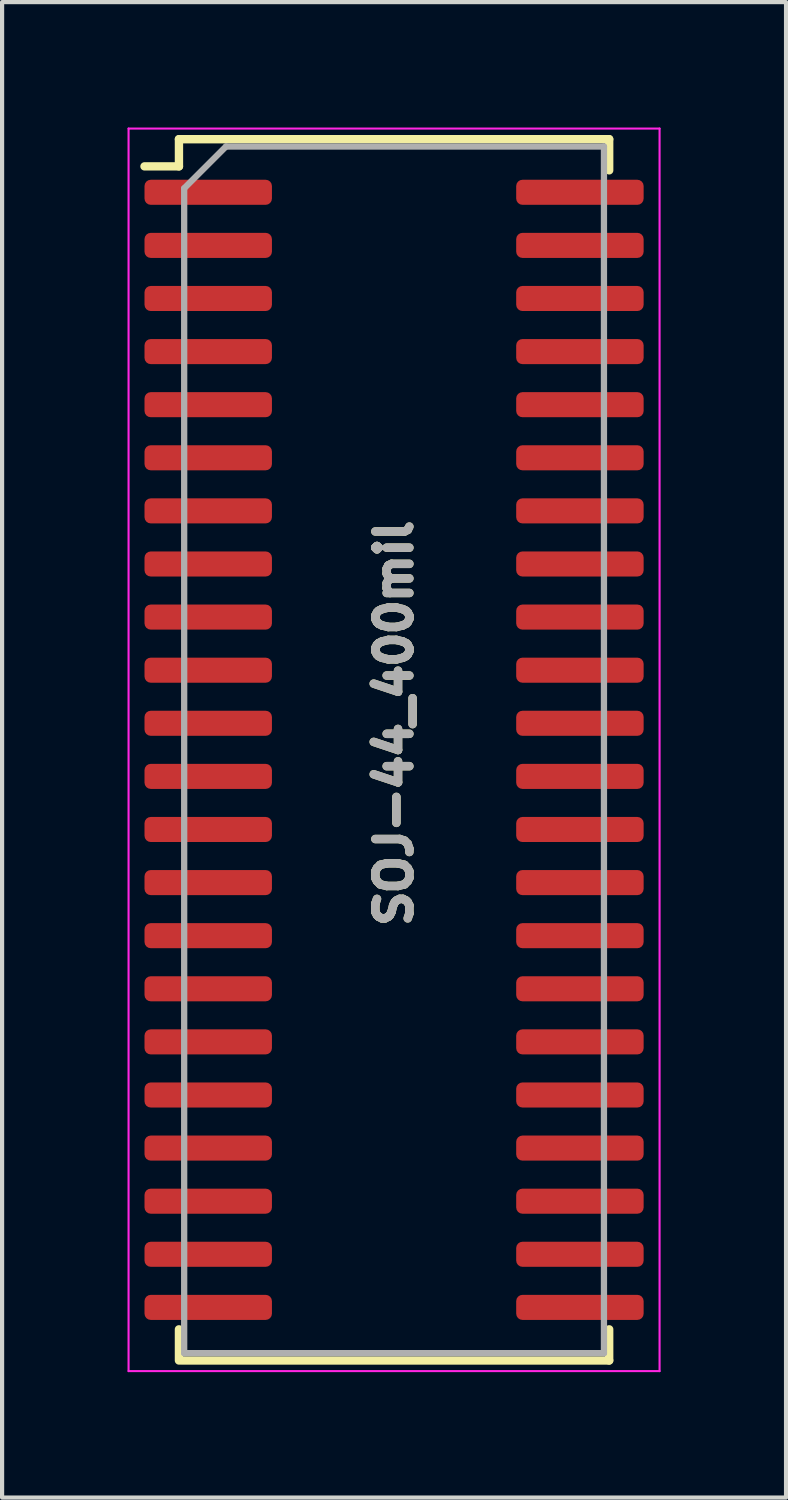
<source format=kicad_pcb>
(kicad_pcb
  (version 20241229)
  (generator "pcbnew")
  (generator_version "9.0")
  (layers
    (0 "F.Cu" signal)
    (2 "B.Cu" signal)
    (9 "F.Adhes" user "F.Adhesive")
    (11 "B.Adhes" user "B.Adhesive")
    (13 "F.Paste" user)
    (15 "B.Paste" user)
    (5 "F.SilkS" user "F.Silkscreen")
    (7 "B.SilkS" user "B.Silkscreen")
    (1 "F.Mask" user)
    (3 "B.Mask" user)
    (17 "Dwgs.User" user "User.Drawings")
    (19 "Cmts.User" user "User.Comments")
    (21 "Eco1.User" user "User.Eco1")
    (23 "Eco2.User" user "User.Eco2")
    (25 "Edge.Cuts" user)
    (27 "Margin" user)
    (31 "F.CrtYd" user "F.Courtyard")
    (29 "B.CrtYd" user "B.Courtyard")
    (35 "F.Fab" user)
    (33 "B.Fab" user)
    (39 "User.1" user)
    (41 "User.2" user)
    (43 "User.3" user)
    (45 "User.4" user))
  (footprint "SOJ-44_400mil"
    (layer "F.Cu")
    (at 6.375 14.884)
    (property "Reference" "SOJ-44_400mil" (at 0 -0.635 90) (layer "F.Fab") (effects (font (size 0.813 0.813) (thickness 0.203))))
    (attr smd)
    (fp_line (start -5.145 -14.605) (end -5.145 -13.955) (stroke (width 0.2) (type solid)) (layer "F.SilkS"))
    (fp_line (start -5.145 -14.605) (end 5.145 -14.605) (stroke (width 0.2) (type solid)) (layer "F.SilkS"))
    (fp_line (start -5.145 -13.955) (end -5.969 -13.955) (stroke (width 0.2) (type solid)) (layer "F.SilkS"))
    (fp_line (start -5.145 14.605) (end -5.145 13.86) (stroke (width 0.2) (type solid)) (layer "F.SilkS"))
    (fp_line (start -5.08 14.605) (end 5.145 14.605) (stroke (width 0.2) (type solid)) (layer "F.SilkS"))
    (fp_line (start 5.145 -14.605) (end 5.145 -13.86) (stroke (width 0.2) (type solid)) (layer "F.SilkS"))
    (fp_line (start 5.145 14.605) (end 5.145 13.86) (stroke (width 0.2) (type solid)) (layer "F.SilkS"))
    (fp_line (start -6.35 -14.859) (end -6.35 14.859) (stroke (width 0.05) (type solid)) (layer "F.CrtYd"))
    (fp_line (start -6.35 -14.859) (end 6.35 -14.859) (stroke (width 0.05) (type solid)) (layer "F.CrtYd"))
    (fp_line (start -6.35 14.859) (end 6.35 14.859) (stroke (width 0.05) (type solid)) (layer "F.CrtYd"))
    (fp_line (start 6.35 -14.859) (end 6.35 14.859) (stroke (width 0.05) (type solid)) (layer "F.CrtYd"))
    (fp_line (start -5.02 -13.43) (end -5.02 14.43) (stroke (width 0.15) (type solid)) (layer "F.Fab"))
    (fp_line (start -5.02 -13.43) (end -4.02 -14.43) (stroke (width 0.15) (type solid)) (layer "F.Fab"))
    (fp_line (start -4.02 -14.43) (end 5.02 -14.43) (stroke (width 0.15) (type solid)) (layer "F.Fab"))
    (fp_line (start 5.02 -14.43) (end 5.02 14.43) (stroke (width 0.15) (type solid)) (layer "F.Fab"))
    (fp_line (start 5.02 14.43) (end -5.02 14.43) (stroke (width 0.15) (type solid)) (layer "F.Fab"))
    (fp_text user "${REFERENCE}" (at 0 -0.635 90) (layer "F.SilkS") (effects (font (size 0.813 0.813) (thickness 0.203))))
    (pad "1" smd roundrect (at -4.445 -13.335) (size 3.048 0.6) (layers "F.Cu" "F.Mask" "F.Paste") (roundrect_rratio 0.25))
    (pad "2" smd roundrect (at -4.445 -12.065) (size 3.048 0.6) (layers "F.Cu" "F.Mask" "F.Paste") (roundrect_rratio 0.25))
    (pad "3" smd roundrect (at -4.445 -10.795) (size 3.048 0.6) (layers "F.Cu" "F.Mask" "F.Paste") (roundrect_rratio 0.25))
    (pad "4" smd roundrect (at -4.445 -9.525) (size 3.048 0.6) (layers "F.Cu" "F.Mask" "F.Paste") (roundrect_rratio 0.25))
    (pad "5" smd roundrect (at -4.445 -8.255) (size 3.048 0.6) (layers "F.Cu" "F.Mask" "F.Paste") (roundrect_rratio 0.25))
    (pad "6" smd roundrect (at -4.445 -6.985) (size 3.048 0.6) (layers "F.Cu" "F.Mask" "F.Paste") (roundrect_rratio 0.25))
    (pad "7" smd roundrect (at -4.445 -5.715) (size 3.048 0.6) (layers "F.Cu" "F.Mask" "F.Paste") (roundrect_rratio 0.25))
    (pad "8" smd roundrect (at -4.445 -4.445) (size 3.048 0.6) (layers "F.Cu" "F.Mask" "F.Paste") (roundrect_rratio 0.25))
    (pad "9" smd roundrect (at -4.445 -3.175) (size 3.048 0.6) (layers "F.Cu" "F.Mask" "F.Paste") (roundrect_rratio 0.25))
    (pad "10" smd roundrect (at -4.445 -1.905) (size 3.048 0.6) (layers "F.Cu" "F.Mask" "F.Paste") (roundrect_rratio 0.25))
    (pad "11" smd roundrect (at -4.445 -0.635) (size 3.048 0.6) (layers "F.Cu" "F.Mask" "F.Paste") (roundrect_rratio 0.25))
    (pad "12" smd roundrect (at -4.445 0.635) (size 3.048 0.6) (layers "F.Cu" "F.Mask" "F.Paste") (roundrect_rratio 0.25))
    (pad "13" smd roundrect (at -4.445 1.905) (size 3.048 0.6) (layers "F.Cu" "F.Mask" "F.Paste") (roundrect_rratio 0.25))
    (pad "14" smd roundrect (at -4.445 3.175) (size 3.048 0.6) (layers "F.Cu" "F.Mask" "F.Paste") (roundrect_rratio 0.25))
    (pad "15" smd roundrect (at -4.445 4.445) (size 3.048 0.6) (layers "F.Cu" "F.Mask" "F.Paste") (roundrect_rratio 0.25))
    (pad "16" smd roundrect (at -4.445 5.715) (size 3.048 0.6) (layers "F.Cu" "F.Mask" "F.Paste") (roundrect_rratio 0.25))
    (pad "17" smd roundrect (at -4.445 6.985) (size 3.048 0.6) (layers "F.Cu" "F.Mask" "F.Paste") (roundrect_rratio 0.25))
    (pad "18" smd roundrect (at -4.445 8.255) (size 3.048 0.6) (layers "F.Cu" "F.Mask" "F.Paste") (roundrect_rratio 0.25))
    (pad "19" smd roundrect (at -4.445 9.525) (size 3.048 0.6) (layers "F.Cu" "F.Mask" "F.Paste") (roundrect_rratio 0.25))
    (pad "20" smd roundrect (at -4.445 10.795) (size 3.048 0.6) (layers "F.Cu" "F.Mask" "F.Paste") (roundrect_rratio 0.25))
    (pad "21" smd roundrect (at -4.445 12.065) (size 3.048 0.6) (layers "F.Cu" "F.Mask" "F.Paste") (roundrect_rratio 0.25))
    (pad "22" smd roundrect (at -4.445 13.335) (size 3.048 0.6) (layers "F.Cu" "F.Mask" "F.Paste") (roundrect_rratio 0.25))
    (pad "23" smd roundrect (at 4.445 13.335) (size 3.048 0.6) (layers "F.Cu" "F.Mask" "F.Paste") (roundrect_rratio 0.25))
    (pad "24" smd roundrect (at 4.445 12.065) (size 3.048 0.6) (layers "F.Cu" "F.Mask" "F.Paste") (roundrect_rratio 0.25))
    (pad "25" smd roundrect (at 4.445 10.795) (size 3.048 0.6) (layers "F.Cu" "F.Mask" "F.Paste") (roundrect_rratio 0.25))
    (pad "26" smd roundrect (at 4.445 9.525) (size 3.048 0.6) (layers "F.Cu" "F.Mask" "F.Paste") (roundrect_rratio 0.25))
    (pad "27" smd roundrect (at 4.445 8.255) (size 3.048 0.6) (layers "F.Cu" "F.Mask" "F.Paste") (roundrect_rratio 0.25))
    (pad "28" smd roundrect (at 4.445 6.985) (size 3.048 0.6) (layers "F.Cu" "F.Mask" "F.Paste") (roundrect_rratio 0.25))
    (pad "29" smd roundrect (at 4.445 5.715) (size 3.048 0.6) (layers "F.Cu" "F.Mask" "F.Paste") (roundrect_rratio 0.25))
    (pad "30" smd roundrect (at 4.445 4.445) (size 3.048 0.6) (layers "F.Cu" "F.Mask" "F.Paste") (roundrect_rratio 0.25))
    (pad "31" smd roundrect (at 4.445 3.175) (size 3.048 0.6) (layers "F.Cu" "F.Mask" "F.Paste") (roundrect_rratio 0.25))
    (pad "32" smd roundrect (at 4.445 1.905) (size 3.048 0.6) (layers "F.Cu" "F.Mask" "F.Paste") (roundrect_rratio 0.25))
    (pad "33" smd roundrect (at 4.445 0.635) (size 3.048 0.6) (layers "F.Cu" "F.Mask" "F.Paste") (roundrect_rratio 0.25))
    (pad "34" smd roundrect (at 4.445 -0.635) (size 3.048 0.6) (layers "F.Cu" "F.Mask" "F.Paste") (roundrect_rratio 0.25))
    (pad "35" smd roundrect (at 4.445 -1.905) (size 3.048 0.6) (layers "F.Cu" "F.Mask" "F.Paste") (roundrect_rratio 0.25))
    (pad "36" smd roundrect (at 4.445 -3.175) (size 3.048 0.6) (layers "F.Cu" "F.Mask" "F.Paste") (roundrect_rratio 0.25))
    (pad "37" smd roundrect (at 4.445 -4.445) (size 3.048 0.6) (layers "F.Cu" "F.Mask" "F.Paste") (roundrect_rratio 0.25))
    (pad "38" smd roundrect (at 4.445 -5.715) (size 3.048 0.6) (layers "F.Cu" "F.Mask" "F.Paste") (roundrect_rratio 0.25))
    (pad "39" smd roundrect (at 4.445 -6.985) (size 3.048 0.6) (layers "F.Cu" "F.Mask" "F.Paste") (roundrect_rratio 0.25))
    (pad "40" smd roundrect (at 4.445 -8.255) (size 3.048 0.6) (layers "F.Cu" "F.Mask" "F.Paste") (roundrect_rratio 0.25))
    (pad "41" smd roundrect (at 4.445 -9.525) (size 3.048 0.6) (layers "F.Cu" "F.Mask" "F.Paste") (roundrect_rratio 0.25))
    (pad "42" smd roundrect (at 4.445 -10.795) (size 3.048 0.6) (layers "F.Cu" "F.Mask" "F.Paste") (roundrect_rratio 0.25))
    (pad "43" smd roundrect (at 4.445 -12.065) (size 3.048 0.6) (layers "F.Cu" "F.Mask" "F.Paste") (roundrect_rratio 0.25))
    (pad "44" smd roundrect (at 4.445 -13.335) (size 3.048 0.6) (layers "F.Cu" "F.Mask" "F.Paste") (roundrect_rratio 0.25)))
  (gr_rect
    (start -3 -3)
    (end 15.75 32.768)
    (stroke (width 0.1) (type default))
    (fill no)
    (layer "Edge.Cuts")))
</source>
